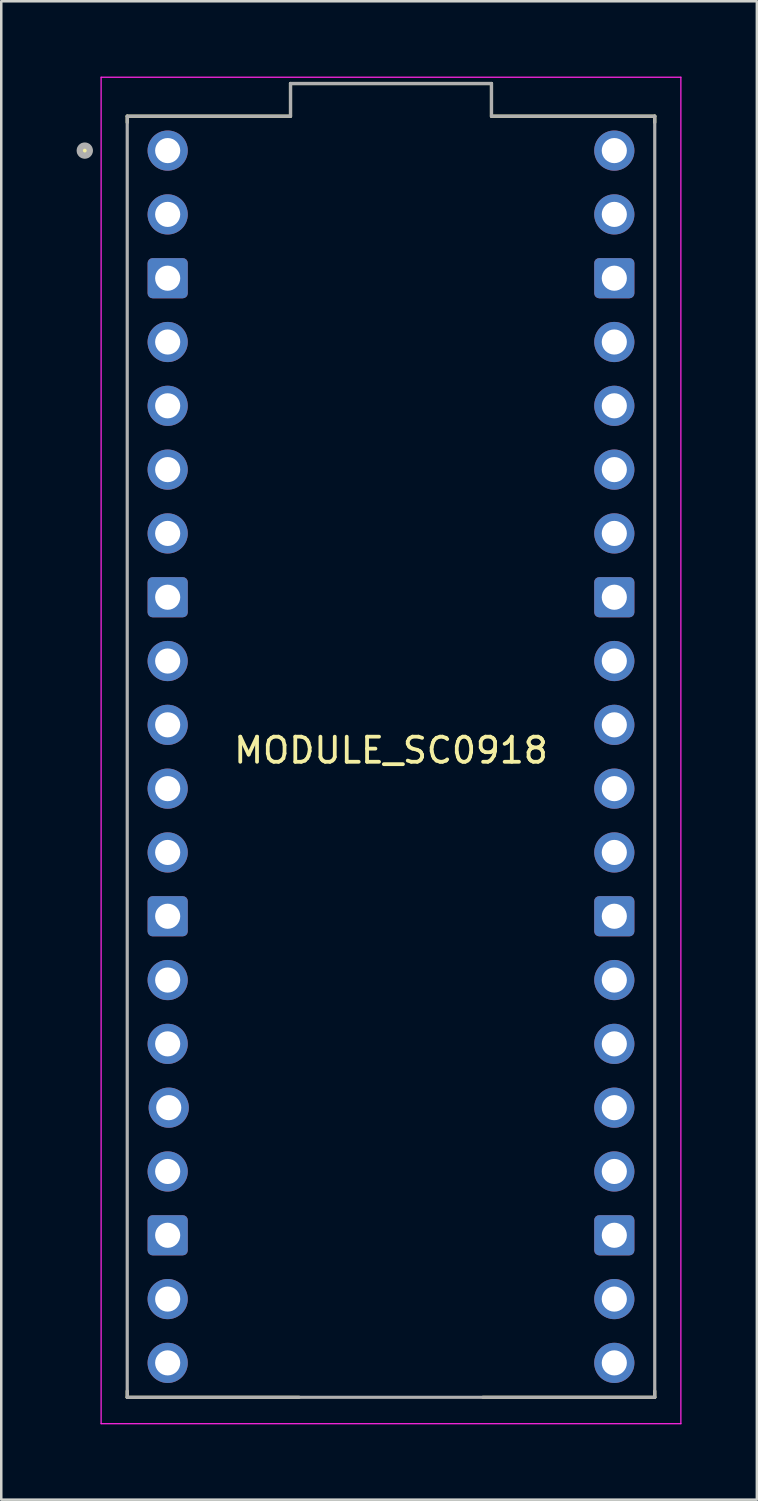
<source format=kicad_pcb>
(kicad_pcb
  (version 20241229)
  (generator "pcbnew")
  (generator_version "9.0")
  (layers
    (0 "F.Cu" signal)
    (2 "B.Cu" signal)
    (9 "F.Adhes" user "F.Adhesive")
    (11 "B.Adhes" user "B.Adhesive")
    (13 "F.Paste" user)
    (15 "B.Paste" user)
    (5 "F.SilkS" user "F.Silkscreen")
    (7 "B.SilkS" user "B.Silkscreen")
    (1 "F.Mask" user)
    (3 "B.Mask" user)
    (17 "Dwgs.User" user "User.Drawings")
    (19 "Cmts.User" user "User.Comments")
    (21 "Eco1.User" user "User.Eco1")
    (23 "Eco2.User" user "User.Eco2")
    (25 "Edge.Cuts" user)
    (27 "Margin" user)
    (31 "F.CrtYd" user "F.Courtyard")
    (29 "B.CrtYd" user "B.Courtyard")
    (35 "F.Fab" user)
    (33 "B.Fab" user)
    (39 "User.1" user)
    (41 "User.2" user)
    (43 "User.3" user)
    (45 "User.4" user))
  (footprint "MODULE_SC0918"
    (layer "F.Cu")
    (at 12.515 27.075)
    (property "Reference" "MODULE_SC0918" (at 0 -0.254 0) (layer "F.SilkS") (effects (font (size 1 1) (thickness 0.15))))
    (attr through_hole)
    (fp_line (start -10.5 -25.5) (end -4 -25.5) (stroke (width 0.127) (type solid)) (layer "F.SilkS"))
    (fp_line (start -10.5 -25.25) (end -10.5 -25.5) (stroke (width 0.127) (type solid)) (layer "F.SilkS"))
    (fp_line (start -10.5 25.5) (end -10.5 25.25) (stroke (width 0.127) (type solid)) (layer "F.SilkS"))
    (fp_line (start -4 -26.8) (end 4 -26.8) (stroke (width 0.127) (type solid)) (layer "F.SilkS"))
    (fp_line (start -4 -25.5) (end -4 -26.8) (stroke (width 0.127) (type solid)) (layer "F.SilkS"))
    (fp_line (start -3.66 25.5) (end -10.5 25.5) (stroke (width 0.127) (type solid)) (layer "F.SilkS"))
    (fp_line (start 4 -26.8) (end 4 -25.5) (stroke (width 0.127) (type solid)) (layer "F.SilkS"))
    (fp_line (start 4 -25.5) (end 10.5 -25.5) (stroke (width 0.127) (type solid)) (layer "F.SilkS"))
    (fp_line (start 10.5 -25.5) (end 10.5 -25.25) (stroke (width 0.127) (type solid)) (layer "F.SilkS"))
    (fp_line (start 10.5 25.5) (end 3.66 25.5) (stroke (width 0.127) (type solid)) (layer "F.SilkS"))
    (fp_line (start 10.5 25.5) (end 10.5 25.25) (stroke (width 0.127) (type solid)) (layer "F.SilkS"))
    (fp_circle (center -12.19 -24.13) (end -11.99 -24.13) (stroke (width 0.2) (type solid)) (fill yes) (layer "F.SilkS"))
    (fp_line (start -11.54 -27.05) (end -11.54 26.55) (stroke (width 0.05) (type solid)) (layer "F.CrtYd"))
    (fp_line (start -11.54 26.55) (end 11.54 26.55) (stroke (width 0.05) (type solid)) (layer "F.CrtYd"))
    (fp_line (start 11.54 -27.05) (end -11.54 -27.05) (stroke (width 0.05) (type solid)) (layer "F.CrtYd"))
    (fp_line (start 11.54 26.55) (end 11.54 -27.05) (stroke (width 0.05) (type solid)) (layer "F.CrtYd"))
    (fp_line (start -10.5 -25.5) (end -4 -25.5) (stroke (width 0.127) (type solid)) (layer "F.Fab"))
    (fp_line (start -10.5 25.5) (end -10.5 -25.5) (stroke (width 0.127) (type solid)) (layer "F.Fab"))
    (fp_line (start -4 -26.8) (end 4 -26.8) (stroke (width 0.127) (type solid)) (layer "F.Fab"))
    (fp_line (start -4 -25.5) (end -4 -26.8) (stroke (width 0.127) (type solid)) (layer "F.Fab"))
    (fp_line (start 4 -26.8) (end 4 -25.5) (stroke (width 0.127) (type solid)) (layer "F.Fab"))
    (fp_line (start 4 -25.5) (end 10.5 -25.5) (stroke (width 0.127) (type solid)) (layer "F.Fab"))
    (fp_line (start 10.5 -25.5) (end 10.5 25.5) (stroke (width 0.127) (type solid)) (layer "F.Fab"))
    (fp_line (start 10.5 25.5) (end -10.5 25.5) (stroke (width 0.127) (type solid)) (layer "F.Fab"))
    (fp_circle (center -12.19 -24.13) (end -11.99 -24.13) (stroke (width 0.25) (type solid)) (fill no) (layer "F.Fab"))
    (pad "1" thru_hole circle (at -8.89 -24.13) (size 1.6 1.6) (drill 1) (layers "*.Cu" "*.Mask"))
    (pad "2" thru_hole circle (at -8.89 -21.59) (size 1.6 1.6) (drill 1) (layers "*.Cu" "*.Mask"))
    (pad "3" thru_hole roundrect (at -8.89 -19.05) (size 1.6 1.6) (drill 1) (layers "*.Cu" "*.Mask") (roundrect_rratio 0.125))
    (pad "4" thru_hole circle (at -8.89 -16.51) (size 1.6 1.6) (drill 1) (layers "*.Cu" "*.Mask"))
    (pad "5" thru_hole circle (at -8.89 -13.97) (size 1.6 1.6) (drill 1) (layers "*.Cu" "*.Mask"))
    (pad "6" thru_hole circle (at -8.89 -11.43) (size 1.6 1.6) (drill 1) (layers "*.Cu" "*.Mask"))
    (pad "7" thru_hole circle (at -8.89 -8.89) (size 1.6 1.6) (drill 1) (layers "*.Cu" "*.Mask"))
    (pad "8" thru_hole roundrect (at -8.89 -6.35) (size 1.6 1.6) (drill 1) (layers "*.Cu" "*.Mask") (roundrect_rratio 0.125))
    (pad "9" thru_hole circle (at -8.89 -3.81) (size 1.6 1.6) (drill 1) (layers "*.Cu" "*.Mask"))
    (pad "10" thru_hole circle (at -8.89 -1.27) (size 1.6 1.6) (drill 1) (layers "*.Cu" "*.Mask"))
    (pad "11" thru_hole circle (at -8.89 1.27) (size 1.6 1.6) (drill 1) (layers "*.Cu" "*.Mask"))
    (pad "12" thru_hole circle (at -8.89 3.81) (size 1.6 1.6) (drill 1) (layers "*.Cu" "*.Mask"))
    (pad "13" thru_hole roundrect (at -8.89 6.35) (size 1.6 1.6) (drill 1) (layers "*.Cu" "*.Mask") (roundrect_rratio 0.125))
    (pad "14" thru_hole circle (at -8.89 8.89) (size 1.6 1.6) (drill 1) (layers "*.Cu" "*.Mask"))
    (pad "15" thru_hole circle (at -8.89 11.43) (size 1.6 1.6) (drill 1) (layers "*.Cu" "*.Mask"))
    (pad "16" thru_hole circle (at -8.848 13.97) (size 1.6 1.6) (drill 1) (layers "*.Cu" "*.Mask"))
    (pad "17" thru_hole circle (at -8.89 16.51) (size 1.6 1.6) (drill 1) (layers "*.Cu" "*.Mask"))
    (pad "18" thru_hole roundrect (at -8.89 19.05) (size 1.6 1.6) (drill 1) (layers "*.Cu" "*.Mask") (roundrect_rratio 0.125))
    (pad "19" thru_hole circle (at -8.89 21.59) (size 1.6 1.6) (drill 1) (layers "*.Cu" "*.Mask"))
    (pad "20" thru_hole circle (at -8.89 24.13) (size 1.6 1.6) (drill 1) (layers "*.Cu" "*.Mask"))
    (pad "21" thru_hole circle (at 8.89 24.13) (size 1.6 1.6) (drill 1) (layers "*.Cu" "*.Mask"))
    (pad "22" thru_hole circle (at 8.89 21.59) (size 1.6 1.6) (drill 1) (layers "*.Cu" "*.Mask"))
    (pad "23" thru_hole roundrect (at 8.89 19.05) (size 1.6 1.6) (drill 1) (layers "*.Cu" "*.Mask") (roundrect_rratio 0.125))
    (pad "24" thru_hole circle (at 8.89 16.51) (size 1.6 1.6) (drill 1) (layers "*.Cu" "*.Mask"))
    (pad "25" thru_hole circle (at 8.89 13.97) (size 1.6 1.6) (drill 1) (layers "*.Cu" "*.Mask"))
    (pad "26" thru_hole circle (at 8.89 11.43) (size 1.6 1.6) (drill 1) (layers "*.Cu" "*.Mask"))
    (pad "27" thru_hole circle (at 8.89 8.89) (size 1.6 1.6) (drill 1) (layers "*.Cu" "*.Mask"))
    (pad "28" thru_hole roundrect (at 8.89 6.35) (size 1.6 1.6) (drill 1) (layers "*.Cu" "*.Mask") (roundrect_rratio 0.125))
    (pad "29" thru_hole circle (at 8.89 3.81) (size 1.6 1.6) (drill 1) (layers "*.Cu" "*.Mask"))
    (pad "30" thru_hole circle (at 8.89 1.27) (size 1.6 1.6) (drill 1) (layers "*.Cu" "*.Mask"))
    (pad "31" thru_hole circle (at 8.89 -1.27) (size 1.6 1.6) (drill 1) (layers "*.Cu" "*.Mask"))
    (pad "32" thru_hole circle (at 8.89 -3.81) (size 1.6 1.6) (drill 1) (layers "*.Cu" "*.Mask"))
    (pad "33" thru_hole roundrect (at 8.89 -6.35) (size 1.6 1.6) (drill 1) (layers "*.Cu" "*.Mask") (roundrect_rratio 0.125))
    (pad "34" thru_hole circle (at 8.89 -8.89) (size 1.6 1.6) (drill 1) (layers "*.Cu" "*.Mask"))
    (pad "35" thru_hole circle (at 8.89 -11.43) (size 1.6 1.6) (drill 1) (layers "*.Cu" "*.Mask"))
    (pad "36" thru_hole circle (at 8.89 -13.97) (size 1.6 1.6) (drill 1) (layers "*.Cu" "*.Mask"))
    (pad "37" thru_hole circle (at 8.89 -16.51) (size 1.6 1.6) (drill 1) (layers "*.Cu" "*.Mask"))
    (pad "38" thru_hole roundrect (at 8.89 -19.05) (size 1.6 1.6) (drill 1) (layers "*.Cu" "*.Mask") (roundrect_rratio 0.125))
    (pad "39" thru_hole circle (at 8.89 -21.59) (size 1.6 1.6) (drill 1) (layers "*.Cu" "*.Mask"))
    (pad "40" thru_hole circle (at 8.89 -24.13) (size 1.6 1.6) (drill 1) (layers "*.Cu" "*.Mask")))
  (gr_rect
    (start -3 -3)
    (end 27.08 56.65)
    (stroke (width 0.1) (type default))
    (fill no)
    (layer "Edge.Cuts")))
</source>
